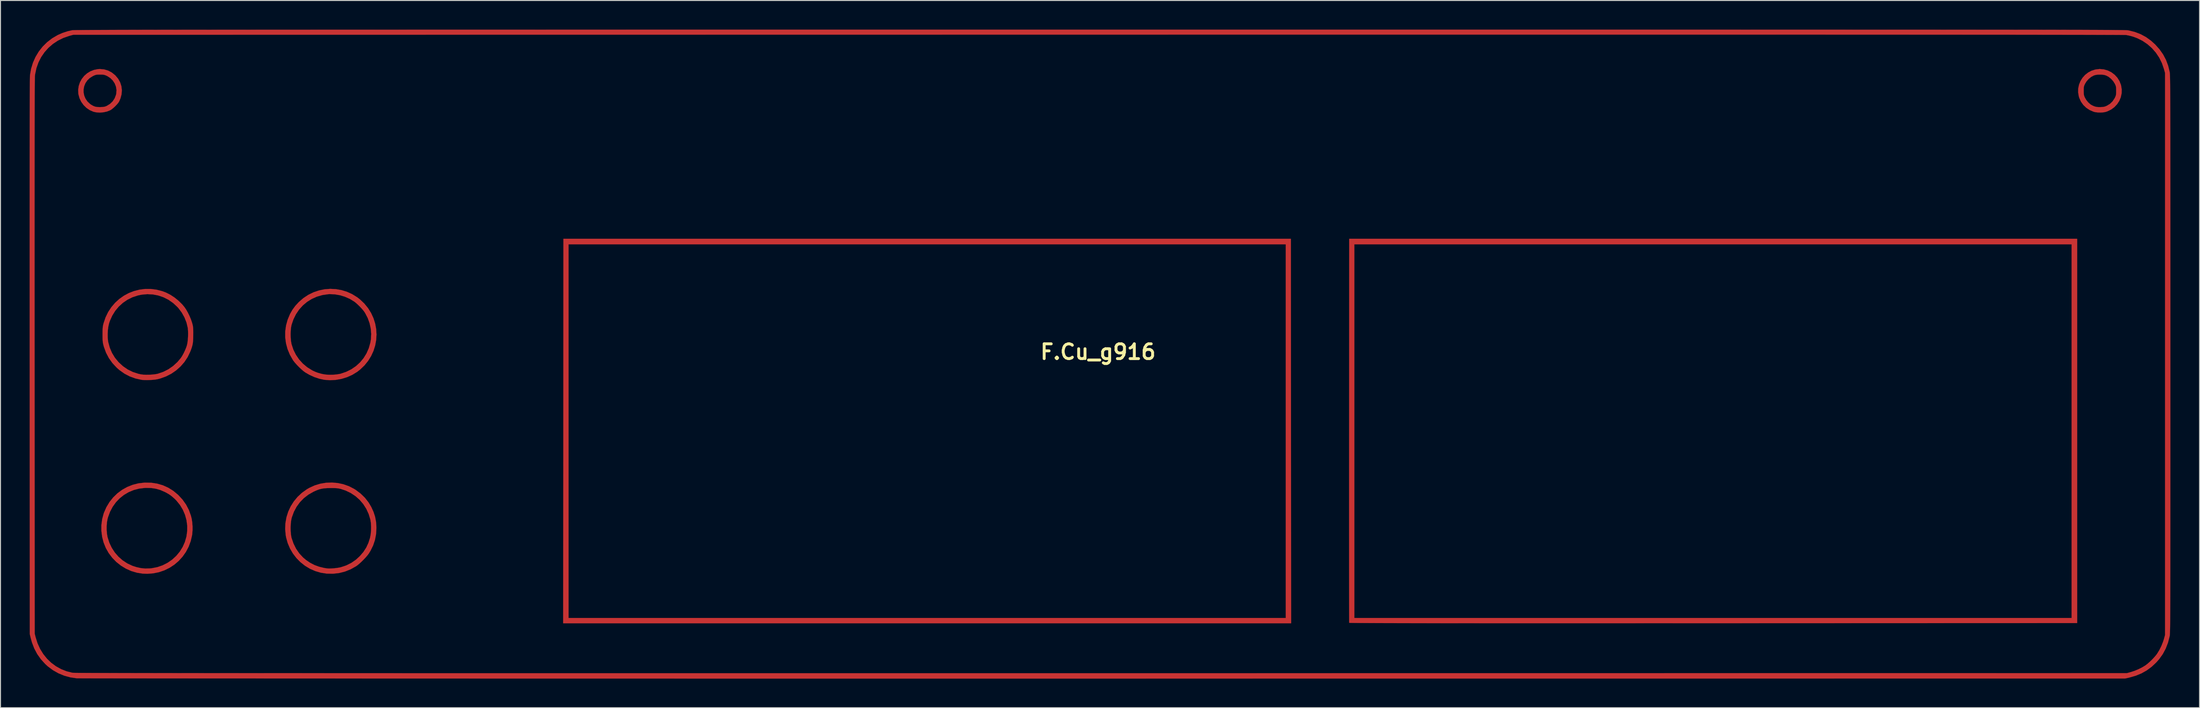
<source format=kicad_pcb>
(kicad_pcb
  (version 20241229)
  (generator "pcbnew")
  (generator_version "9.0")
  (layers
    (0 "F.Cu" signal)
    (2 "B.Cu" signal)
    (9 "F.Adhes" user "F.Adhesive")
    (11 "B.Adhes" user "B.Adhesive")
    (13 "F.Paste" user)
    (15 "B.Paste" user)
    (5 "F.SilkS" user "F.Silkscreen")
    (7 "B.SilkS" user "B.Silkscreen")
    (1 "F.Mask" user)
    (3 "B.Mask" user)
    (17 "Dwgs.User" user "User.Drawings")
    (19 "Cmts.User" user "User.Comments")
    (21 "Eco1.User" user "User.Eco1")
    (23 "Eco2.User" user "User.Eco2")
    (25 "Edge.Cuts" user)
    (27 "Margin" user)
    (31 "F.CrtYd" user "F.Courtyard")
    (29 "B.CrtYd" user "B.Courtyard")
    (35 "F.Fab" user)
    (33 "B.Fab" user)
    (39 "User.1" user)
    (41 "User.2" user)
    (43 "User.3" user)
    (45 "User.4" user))
  (footprint "F.Cu_g916"
    (layer "F.Cu")
    (at 110.108 33.237)
    (property "Reference" "F.Cu_g916" (at 0 0 0) (layer "F.SilkS") (effects (font (size 1.524 1.524) (thickness 0.3))))
    (attr through_hole)
    (fp_poly (pts (xy 19.886 8.16) (xy 19.897 27.982) (xy -55.118 27.982) (xy -55.107 8.16) (xy -55.097 -11.091) (xy -54.568 -11.091) (xy -54.568 27.432) (xy 19.346 27.432) (xy 19.346 -11.091) (xy -54.568 -11.091) (xy -55.097 -11.091) (xy -55.097 -11.663) (xy 19.875 -11.663) (xy 19.886 8.16)) (stroke (width 0.01) (type solid)) (fill yes) (layer "F.Cu"))
    (fp_poly (pts (xy 100.901 27.961) (xy 63.403 27.972) (xy 61.191 27.972) (xy 59.062 27.973) (xy 57.014 27.973) (xy 55.047 27.974) (xy 53.159 27.974) (xy 51.349 27.974) (xy 49.615 27.975) (xy 47.956 27.975) (xy 46.37 27.975) (xy 44.855 27.975) (xy 43.412 27.975) (xy 42.038 27.974) (xy 40.731 27.974) (xy 39.491 27.974) (xy 38.315 27.973) (xy 37.203 27.973) (xy 36.153 27.972) (xy 35.164 27.971) (xy 34.234 27.971) (xy 33.362 27.97) (xy 32.546 27.969) (xy 31.785 27.967) (xy 31.078 27.966) (xy 30.423 27.965) (xy 29.818 27.964) (xy 29.263 27.962) (xy 28.756 27.96) (xy 28.296 27.959) (xy 27.881 27.957) (xy 27.509 27.955) (xy 27.18 27.953) (xy 26.891 27.951) (xy 26.642 27.948) (xy 26.431 27.946) (xy 26.257 27.944) (xy 26.118 27.941) (xy 26.012 27.938) (xy 25.94 27.935) (xy 25.898 27.932) (xy 25.885 27.929) (xy 25.884 27.884) (xy 25.883 27.757) (xy 25.882 27.55) (xy 25.881 27.266) (xy 25.88 26.909) (xy 25.879 26.479) (xy 25.878 25.981) (xy 25.877 25.417) (xy 25.876 24.789) (xy 25.876 24.1) (xy 25.875 23.353) (xy 25.874 22.55) (xy 25.874 21.694) (xy 25.874 20.787) (xy 25.874 19.833) (xy 25.873 18.833) (xy 25.873 17.791) (xy 25.873 16.709) (xy 25.873 15.59) (xy 25.874 14.436) (xy 25.874 13.25) (xy 25.874 12.035) (xy 25.875 10.792) (xy 25.875 9.526) (xy 25.876 8.238) (xy 25.876 8.107) (xy 25.887 -11.091) (xy 26.416 -11.091) (xy 26.416 27.432) (xy 100.33 27.432) (xy 100.33 -11.091) (xy 26.416 -11.091) (xy 25.887 -11.091) (xy 25.887 -11.663) (xy 100.901 -11.663) (xy 100.901 27.961)) (stroke (width 0.01) (type solid)) (fill yes) (layer "F.Cu"))
    (fp_poly (pts (xy -102.418 -29.127) (xy -102.013 -29.006) (xy -101.637 -28.807) (xy -101.293 -28.53) (xy -101.258 -28.495) (xy -100.978 -28.158) (xy -100.774 -27.789) (xy -100.648 -27.396) (xy -100.6 -26.985) (xy -100.631 -26.564) (xy -100.744 -26.139) (xy -100.881 -25.821) (xy -100.978 -25.673) (xy -101.126 -25.497) (xy -101.305 -25.313) (xy -101.494 -25.14) (xy -101.675 -24.999) (xy -101.794 -24.924) (xy -102.119 -24.792) (xy -102.487 -24.709) (xy -102.872 -24.678) (xy -103.246 -24.703) (xy -103.529 -24.766) (xy -103.904 -24.929) (xy -104.245 -25.16) (xy -104.541 -25.451) (xy -104.785 -25.788) (xy -104.965 -26.162) (xy -105.074 -26.562) (xy -105.079 -26.596) (xy -105.102 -27.012) (xy -105.093 -27.075) (xy -104.544 -27.075) (xy -104.542 -26.744) (xy -104.475 -26.417) (xy -104.343 -26.106) (xy -104.146 -25.82) (xy -103.881 -25.57) (xy -103.757 -25.483) (xy -103.552 -25.366) (xy -103.358 -25.291) (xy -103.148 -25.252) (xy -102.893 -25.242) (xy -102.785 -25.244) (xy -102.573 -25.255) (xy -102.415 -25.276) (xy -102.282 -25.313) (xy -102.145 -25.371) (xy -102.142 -25.373) (xy -101.815 -25.575) (xy -101.546 -25.836) (xy -101.341 -26.149) (xy -101.205 -26.505) (xy -101.172 -26.659) (xy -101.151 -27.014) (xy -101.208 -27.361) (xy -101.338 -27.689) (xy -101.533 -27.985) (xy -101.788 -28.24) (xy -102.097 -28.44) (xy -102.14 -28.461) (xy -102.281 -28.524) (xy -102.398 -28.564) (xy -102.519 -28.586) (xy -102.672 -28.595) (xy -102.851 -28.596) (xy -103.051 -28.594) (xy -103.194 -28.585) (xy -103.31 -28.562) (xy -103.427 -28.518) (xy -103.574 -28.449) (xy -103.6 -28.436) (xy -103.914 -28.239) (xy -104.166 -27.993) (xy -104.355 -27.71) (xy -104.481 -27.401) (xy -104.544 -27.075) (xy -105.093 -27.075) (xy -105.047 -27.413) (xy -104.921 -27.793) (xy -104.732 -28.142) (xy -104.486 -28.453) (xy -104.19 -28.718) (xy -103.85 -28.929) (xy -103.474 -29.078) (xy -103.069 -29.157) (xy -102.849 -29.168) (xy -102.418 -29.127)) (stroke (width 0.01) (type solid)) (fill yes) (layer "F.Cu"))
    (fp_poly (pts (xy 103.671 -29.127) (xy 104.07 -29.011) (xy 104.438 -28.825) (xy 104.765 -28.577) (xy 105.044 -28.275) (xy 105.263 -27.925) (xy 105.415 -27.535) (xy 105.428 -27.489) (xy 105.496 -27.066) (xy 105.484 -26.651) (xy 105.397 -26.252) (xy 105.241 -25.878) (xy 105.019 -25.538) (xy 104.738 -25.24) (xy 104.402 -24.993) (xy 104.016 -24.806) (xy 103.847 -24.749) (xy 103.617 -24.703) (xy 103.342 -24.684) (xy 103.055 -24.689) (xy 102.789 -24.719) (xy 102.616 -24.76) (xy 102.204 -24.935) (xy 101.842 -25.172) (xy 101.537 -25.466) (xy 101.293 -25.81) (xy 101.119 -26.199) (xy 101.072 -26.354) (xy 101.005 -26.77) (xy 101.009 -26.925) (xy 101.579 -26.925) (xy 101.581 -26.717) (xy 101.59 -26.567) (xy 101.612 -26.449) (xy 101.65 -26.337) (xy 101.709 -26.204) (xy 101.857 -25.955) (xy 102.05 -25.723) (xy 102.265 -25.531) (xy 102.42 -25.434) (xy 102.641 -25.332) (xy 102.842 -25.272) (xy 103.059 -25.244) (xy 103.314 -25.243) (xy 103.523 -25.254) (xy 103.681 -25.277) (xy 103.822 -25.32) (xy 103.971 -25.384) (xy 104.286 -25.577) (xy 104.553 -25.837) (xy 104.764 -26.155) (xy 104.784 -26.194) (xy 104.847 -26.329) (xy 104.888 -26.439) (xy 104.91 -26.552) (xy 104.921 -26.693) (xy 104.923 -26.888) (xy 104.923 -26.923) (xy 104.921 -27.129) (xy 104.912 -27.277) (xy 104.892 -27.393) (xy 104.854 -27.502) (xy 104.794 -27.632) (xy 104.786 -27.65) (xy 104.617 -27.919) (xy 104.395 -28.165) (xy 104.141 -28.367) (xy 103.898 -28.496) (xy 103.747 -28.547) (xy 103.594 -28.577) (xy 103.407 -28.591) (xy 103.251 -28.593) (xy 103.026 -28.588) (xy 102.854 -28.569) (xy 102.705 -28.532) (xy 102.604 -28.496) (xy 102.34 -28.353) (xy 102.088 -28.147) (xy 101.87 -27.899) (xy 101.717 -27.651) (xy 101.654 -27.518) (xy 101.614 -27.408) (xy 101.591 -27.295) (xy 101.581 -27.153) (xy 101.579 -26.957) (xy 101.579 -26.925) (xy 101.009 -26.925) (xy 101.016 -27.177) (xy 101.099 -27.568) (xy 101.249 -27.934) (xy 101.458 -28.267) (xy 101.721 -28.56) (xy 102.032 -28.805) (xy 102.384 -28.993) (xy 102.771 -29.116) (xy 103.187 -29.167) (xy 103.251 -29.168) (xy 103.671 -29.127)) (stroke (width 0.01) (type solid)) (fill yes) (layer "F.Cu"))
    (fp_poly (pts (xy -97.573 13.489) (xy -96.958 13.583) (xy -96.371 13.756) (xy -95.814 14.007) (xy -95.291 14.335) (xy -94.804 14.739) (xy -94.785 14.758) (xy -94.348 15.231) (xy -93.984 15.745) (xy -93.695 16.298) (xy -93.483 16.888) (xy -93.403 17.205) (xy -93.346 17.571) (xy -93.317 17.98) (xy -93.317 18.397) (xy -93.347 18.784) (xy -93.363 18.898) (xy -93.505 19.511) (xy -93.718 20.087) (xy -93.999 20.621) (xy -94.341 21.109) (xy -94.738 21.547) (xy -95.186 21.931) (xy -95.678 22.255) (xy -96.209 22.517) (xy -96.773 22.71) (xy -97.366 22.832) (xy -97.981 22.878) (xy -98.45 22.86) (xy -99.047 22.767) (xy -99.624 22.595) (xy -100.175 22.35) (xy -100.691 22.036) (xy -101.165 21.661) (xy -101.589 21.227) (xy -101.956 20.742) (xy -102.255 20.214) (xy -102.482 19.649) (xy -102.634 19.059) (xy -102.709 18.454) (xy -102.709 18.357) (xy -102.166 18.357) (xy -102.136 18.747) (xy -102.076 19.092) (xy -102.073 19.105) (xy -101.892 19.674) (xy -101.641 20.202) (xy -101.325 20.686) (xy -100.95 21.118) (xy -100.521 21.494) (xy -100.044 21.808) (xy -99.523 22.053) (xy -99.124 22.185) (xy -98.643 22.292) (xy -98.183 22.338) (xy -97.71 22.325) (xy -97.515 22.305) (xy -96.942 22.194) (xy -96.398 22.006) (xy -95.888 21.747) (xy -95.419 21.423) (xy -94.999 21.038) (xy -94.634 20.599) (xy -94.331 20.11) (xy -94.105 19.602) (xy -93.944 19.042) (xy -93.865 18.473) (xy -93.864 17.903) (xy -93.94 17.341) (xy -94.091 16.794) (xy -94.316 16.271) (xy -94.611 15.781) (xy -94.975 15.331) (xy -95.161 15.144) (xy -95.4 14.929) (xy -95.619 14.759) (xy -95.852 14.61) (xy -96.129 14.46) (xy -96.163 14.443) (xy -96.631 14.24) (xy -97.098 14.105) (xy -97.585 14.033) (xy -98.113 14.02) (xy -98.226 14.025) (xy -98.814 14.093) (xy -99.373 14.239) (xy -99.897 14.456) (xy -100.382 14.742) (xy -100.822 15.092) (xy -101.211 15.5) (xy -101.544 15.963) (xy -101.817 16.477) (xy -102.023 17.036) (xy -102.076 17.23) (xy -102.136 17.568) (xy -102.166 17.954) (xy -102.166 18.357) (xy -102.709 18.357) (xy -102.708 17.845) (xy -102.629 17.244) (xy -102.473 16.662) (xy -102.446 16.585) (xy -102.192 16.007) (xy -101.872 15.478) (xy -101.491 15.001) (xy -101.056 14.58) (xy -100.573 14.221) (xy -100.046 13.927) (xy -99.482 13.702) (xy -98.886 13.551) (xy -98.264 13.478) (xy -98.213 13.476) (xy -97.573 13.489)) (stroke (width 0.01) (type solid)) (fill yes) (layer "F.Cu"))
    (fp_poly (pts (xy -78.546 -6.473) (xy -77.966 -6.372) (xy -77.4 -6.198) (xy -76.855 -5.949) (xy -76.338 -5.627) (xy -76.065 -5.415) (xy -75.61 -4.982) (xy -75.226 -4.51) (xy -74.913 -4.005) (xy -74.67 -3.474) (xy -74.496 -2.924) (xy -74.392 -2.36) (xy -74.358 -1.79) (xy -74.393 -1.221) (xy -74.496 -0.659) (xy -74.668 -0.11) (xy -74.909 0.417) (xy -75.217 0.918) (xy -75.594 1.385) (xy -76.038 1.811) (xy -76.348 2.053) (xy -76.846 2.359) (xy -77.389 2.603) (xy -77.964 2.779) (xy -78.557 2.885) (xy -79.154 2.918) (xy -79.735 2.874) (xy -80.236 2.768) (xy -80.752 2.597) (xy -81.256 2.369) (xy -81.703 2.11) (xy -81.895 1.968) (xy -82.117 1.776) (xy -82.351 1.554) (xy -82.579 1.319) (xy -82.78 1.092) (xy -82.937 0.891) (xy -82.967 0.847) (xy -83.286 0.286) (xy -83.526 -0.296) (xy -83.685 -0.894) (xy -83.765 -1.501) (xy -83.764 -1.838) (xy -83.209 -1.838) (xy -83.2 -1.473) (xy -83.171 -1.129) (xy -83.12 -0.831) (xy -83.11 -0.788) (xy -82.926 -0.231) (xy -82.667 0.292) (xy -82.34 0.773) (xy -81.95 1.205) (xy -81.504 1.58) (xy -81.006 1.892) (xy -80.92 1.937) (xy -80.657 2.058) (xy -80.391 2.156) (xy -80.091 2.241) (xy -79.883 2.29) (xy -79.586 2.336) (xy -79.237 2.357) (xy -78.866 2.354) (xy -78.504 2.328) (xy -78.178 2.278) (xy -78.055 2.25) (xy -77.482 2.057) (xy -76.955 1.795) (xy -76.477 1.469) (xy -76.054 1.084) (xy -75.689 0.644) (xy -75.388 0.156) (xy -75.154 -0.377) (xy -74.991 -0.949) (xy -74.93 -1.31) (xy -74.901 -1.855) (xy -74.949 -2.41) (xy -75.07 -2.96) (xy -75.261 -3.492) (xy -75.518 -3.989) (xy -75.621 -4.149) (xy -75.752 -4.32) (xy -75.93 -4.522) (xy -76.134 -4.734) (xy -76.345 -4.936) (xy -76.54 -5.105) (xy -76.644 -5.185) (xy -77.103 -5.466) (xy -77.605 -5.688) (xy -78.132 -5.848) (xy -78.668 -5.939) (xy -79.194 -5.959) (xy -79.333 -5.951) (xy -79.932 -5.864) (xy -80.498 -5.701) (xy -81.025 -5.466) (xy -81.51 -5.164) (xy -81.946 -4.798) (xy -82.329 -4.373) (xy -82.655 -3.892) (xy -82.919 -3.359) (xy -83.109 -2.801) (xy -83.163 -2.528) (xy -83.197 -2.198) (xy -83.209 -1.838) (xy -83.764 -1.838) (xy -83.763 -2.111) (xy -83.68 -2.719) (xy -83.515 -3.32) (xy -83.269 -3.906) (xy -83.266 -3.911) (xy -83.021 -4.344) (xy -82.729 -4.742) (xy -82.374 -5.13) (xy -82.36 -5.144) (xy -81.893 -5.549) (xy -81.387 -5.884) (xy -80.851 -6.146) (xy -80.291 -6.337) (xy -79.716 -6.455) (xy -79.131 -6.501) (xy -78.546 -6.473)) (stroke (width 0.01) (type solid)) (fill yes) (layer "F.Cu"))
    (fp_poly (pts (xy -78.347 13.522) (xy -77.759 13.65) (xy -77.193 13.853) (xy -76.656 14.13) (xy -76.511 14.222) (xy -75.994 14.61) (xy -75.547 15.046) (xy -75.169 15.531) (xy -74.902 15.981) (xy -74.668 16.493) (xy -74.505 16.993) (xy -74.407 17.505) (xy -74.368 18.052) (xy -74.367 18.182) (xy -74.405 18.804) (xy -74.517 19.392) (xy -74.706 19.956) (xy -74.976 20.505) (xy -75.147 20.786) (xy -75.283 20.969) (xy -75.468 21.185) (xy -75.686 21.416) (xy -75.917 21.644) (xy -76.144 21.851) (xy -76.349 22.018) (xy -76.454 22.092) (xy -77.016 22.409) (xy -77.601 22.645) (xy -78.208 22.799) (xy -78.833 22.871) (xy -79.475 22.86) (xy -79.506 22.857) (xy -80.106 22.764) (xy -80.681 22.593) (xy -81.225 22.352) (xy -81.732 22.044) (xy -82.196 21.676) (xy -82.612 21.254) (xy -82.973 20.782) (xy -83.274 20.266) (xy -83.509 19.712) (xy -83.672 19.126) (xy -83.716 18.881) (xy -83.769 18.258) (xy -83.762 18.1) (xy -83.209 18.1) (xy -83.203 18.461) (xy -83.178 18.799) (xy -83.132 19.091) (xy -83.11 19.184) (xy -82.91 19.766) (xy -82.646 20.298) (xy -82.318 20.776) (xy -81.928 21.197) (xy -81.609 21.466) (xy -81.184 21.753) (xy -80.747 21.978) (xy -80.28 22.149) (xy -79.764 22.274) (xy -79.439 22.327) (xy -79.261 22.338) (xy -79.026 22.333) (xy -78.758 22.314) (xy -78.484 22.284) (xy -78.228 22.244) (xy -78.039 22.204) (xy -77.479 22.019) (xy -76.957 21.759) (xy -76.476 21.426) (xy -76.064 21.046) (xy -75.703 20.622) (xy -75.416 20.178) (xy -75.192 19.697) (xy -75.027 19.182) (xy -74.958 18.828) (xy -74.919 18.431) (xy -74.911 18.021) (xy -74.935 17.629) (xy -74.989 17.293) (xy -75.163 16.716) (xy -75.409 16.18) (xy -75.721 15.69) (xy -76.095 15.251) (xy -76.526 14.869) (xy -77.009 14.548) (xy -77.54 14.293) (xy -78.02 14.133) (xy -78.173 14.095) (xy -78.317 14.069) (xy -78.472 14.051) (xy -78.658 14.042) (xy -78.896 14.038) (xy -79.079 14.038) (xy -79.447 14.045) (xy -79.754 14.067) (xy -80.024 14.109) (xy -80.279 14.177) (xy -80.543 14.276) (xy -80.838 14.409) (xy -80.855 14.417) (xy -81.374 14.713) (xy -81.839 15.072) (xy -82.246 15.489) (xy -82.591 15.961) (xy -82.87 16.481) (xy -83.078 17.046) (xy -83.106 17.145) (xy -83.16 17.417) (xy -83.194 17.744) (xy -83.209 18.1) (xy -83.762 18.1) (xy -83.741 17.644) (xy -83.635 17.047) (xy -83.454 16.473) (xy -83.201 15.928) (xy -82.88 15.419) (xy -82.494 14.952) (xy -82.046 14.533) (xy -81.54 14.169) (xy -81.27 14.013) (xy -80.718 13.762) (xy -80.141 13.588) (xy -79.547 13.49) (xy -78.946 13.468) (xy -78.347 13.522)) (stroke (width 0.01) (type solid)) (fill yes) (layer "F.Cu"))
    (fp_poly (pts (xy -97.026 -6.416) (xy -96.433 -6.262) (xy -96.065 -6.124) (xy -95.621 -5.901) (xy -95.179 -5.612) (xy -94.759 -5.273) (xy -94.38 -4.899) (xy -94.145 -4.617) (xy -93.97 -4.358) (xy -93.792 -4.042) (xy -93.623 -3.696) (xy -93.477 -3.346) (xy -93.367 -3.02) (xy -93.357 -2.985) (xy -93.315 -2.827) (xy -93.284 -2.692) (xy -93.263 -2.562) (xy -93.251 -2.416) (xy -93.244 -2.237) (xy -93.242 -2.007) (xy -93.243 -1.778) (xy -93.247 -1.43) (xy -93.261 -1.146) (xy -93.287 -0.902) (xy -93.331 -0.678) (xy -93.395 -0.453) (xy -93.483 -0.203) (xy -93.557 -0.015) (xy -93.821 0.534) (xy -94.155 1.04) (xy -94.552 1.498) (xy -95.005 1.903) (xy -95.508 2.248) (xy -96.055 2.528) (xy -96.638 2.739) (xy -96.959 2.82) (xy -97.168 2.854) (xy -97.433 2.88) (xy -97.725 2.897) (xy -98.021 2.904) (xy -98.292 2.9) (xy -98.514 2.884) (xy -98.57 2.877) (xy -99.199 2.738) (xy -99.79 2.523) (xy -100.34 2.234) (xy -100.852 1.87) (xy -101.134 1.621) (xy -101.573 1.149) (xy -101.938 0.636) (xy -102.229 0.082) (xy -102.447 -0.514) (xy -102.478 -0.623) (xy -102.519 -0.783) (xy -102.548 -0.923) (xy -102.568 -1.063) (xy -102.58 -1.222) (xy -102.587 -1.42) (xy -102.589 -1.675) (xy -102.589 -1.799) (xy -102.589 -1.841) (xy -102.064 -1.841) (xy -102.057 -1.455) (xy -102.022 -1.109) (xy -102.006 -1.021) (xy -101.847 -0.436) (xy -101.617 0.104) (xy -101.316 0.601) (xy -100.94 1.057) (xy -100.926 1.071) (xy -100.482 1.479) (xy -99.998 1.812) (xy -99.474 2.071) (xy -98.908 2.255) (xy -98.658 2.311) (xy -98.411 2.343) (xy -98.109 2.356) (xy -97.78 2.353) (xy -97.45 2.334) (xy -97.148 2.3) (xy -96.9 2.251) (xy -96.895 2.25) (xy -96.331 2.058) (xy -95.803 1.791) (xy -95.314 1.451) (xy -94.873 1.045) (xy -94.528 0.635) (xy -94.38 0.41) (xy -94.228 0.131) (xy -94.084 -0.173) (xy -93.962 -0.473) (xy -93.895 -0.677) (xy -93.843 -0.914) (xy -93.805 -1.209) (xy -93.78 -1.536) (xy -93.772 -1.871) (xy -93.78 -2.187) (xy -93.805 -2.46) (xy -93.81 -2.489) (xy -93.938 -3.027) (xy -94.144 -3.551) (xy -94.421 -4.049) (xy -94.764 -4.507) (xy -94.876 -4.633) (xy -95.311 -5.038) (xy -95.787 -5.372) (xy -96.299 -5.632) (xy -96.838 -5.818) (xy -97.4 -5.926) (xy -97.976 -5.956) (xy -98.56 -5.904) (xy -98.945 -5.824) (xy -99.502 -5.64) (xy -100.021 -5.384) (xy -100.494 -5.061) (xy -100.918 -4.676) (xy -101.286 -4.234) (xy -101.592 -3.741) (xy -101.833 -3.203) (xy -101.92 -2.94) (xy -101.993 -2.614) (xy -102.042 -2.238) (xy -102.064 -1.841) (xy -102.589 -1.841) (xy -102.588 -2.083) (xy -102.584 -2.302) (xy -102.574 -2.475) (xy -102.557 -2.62) (xy -102.532 -2.758) (xy -102.496 -2.907) (xy -102.478 -2.972) (xy -102.277 -3.566) (xy -102.01 -4.114) (xy -101.681 -4.613) (xy -101.299 -5.061) (xy -100.869 -5.454) (xy -100.396 -5.789) (xy -99.888 -6.064) (xy -99.35 -6.274) (xy -98.789 -6.417) (xy -98.211 -6.491) (xy -97.621 -6.492) (xy -97.026 -6.416)) (stroke (width 0.01) (type solid)) (fill yes) (layer "F.Cu"))
    (fp_poly (pts (xy 7.372 -33.232) (xy 10.826 -33.232) (xy 14.198 -33.232) (xy 17.489 -33.232) (xy 20.701 -33.232) (xy 23.834 -33.232) (xy 26.889 -33.232) (xy 29.867 -33.232) (xy 32.769 -33.231) (xy 35.597 -33.231) (xy 38.351 -33.231) (xy 41.031 -33.231) (xy 43.64 -33.231) (xy 46.178 -33.231) (xy 48.646 -33.231) (xy 51.045 -33.231) (xy 53.376 -33.231) (xy 55.641 -33.231) (xy 57.839 -33.23) (xy 59.972 -33.23) (xy 62.041 -33.23) (xy 64.047 -33.23) (xy 65.991 -33.23) (xy 67.874 -33.229) (xy 69.697 -33.229) (xy 71.46 -33.229) (xy 73.166 -33.228) (xy 74.814 -33.228) (xy 76.406 -33.228) (xy 77.943 -33.227) (xy 79.426 -33.227) (xy 80.855 -33.227) (xy 82.233 -33.226) (xy 83.559 -33.226) (xy 84.834 -33.225) (xy 86.061 -33.225) (xy 87.239 -33.224) (xy 88.37 -33.223) (xy 89.454 -33.223) (xy 90.493 -33.222) (xy 91.488 -33.221) (xy 92.439 -33.221) (xy 93.348 -33.22) (xy 94.215 -33.219) (xy 95.042 -33.218) (xy 95.83 -33.217) (xy 96.579 -33.217) (xy 97.29 -33.216) (xy 97.965 -33.215) (xy 98.604 -33.214) (xy 99.209 -33.213) (xy 99.78 -33.211) (xy 100.319 -33.21) (xy 100.826 -33.209) (xy 101.302 -33.208) (xy 101.749 -33.207) (xy 102.167 -33.205) (xy 102.557 -33.204) (xy 102.921 -33.203) (xy 103.259 -33.201) (xy 103.572 -33.2) (xy 103.861 -33.198) (xy 104.128 -33.197) (xy 104.373 -33.195) (xy 104.597 -33.193) (xy 104.801 -33.191) (xy 104.986 -33.19) (xy 105.154 -33.188) (xy 105.304 -33.186) (xy 105.439 -33.184) (xy 105.559 -33.182) (xy 105.665 -33.18) (xy 105.758 -33.178) (xy 105.839 -33.176) (xy 105.908 -33.173) (xy 105.968 -33.171) (xy 106.019 -33.169) (xy 106.062 -33.166) (xy 106.098 -33.164) (xy 106.128 -33.161) (xy 106.152 -33.159) (xy 106.173 -33.156) (xy 106.19 -33.154) (xy 106.205 -33.151) (xy 106.205 -33.151) (xy 106.851 -32.988) (xy 107.446 -32.759) (xy 108 -32.458) (xy 108.519 -32.083) (xy 108.949 -31.692) (xy 109.395 -31.192) (xy 109.763 -30.666) (xy 110.058 -30.105) (xy 110.282 -29.502) (xy 110.436 -28.87) (xy 110.44 -28.841) (xy 110.445 -28.808) (xy 110.45 -28.767) (xy 110.454 -28.718) (xy 110.458 -28.658) (xy 110.462 -28.585) (xy 110.466 -28.498) (xy 110.469 -28.394) (xy 110.472 -28.273) (xy 110.476 -28.131) (xy 110.479 -27.966) (xy 110.481 -27.778) (xy 110.484 -27.564) (xy 110.486 -27.322) (xy 110.489 -27.051) (xy 110.491 -26.748) (xy 110.493 -26.411) (xy 110.495 -26.039) (xy 110.497 -25.63) (xy 110.498 -25.181) (xy 110.5 -24.692) (xy 110.501 -24.159) (xy 110.502 -23.582) (xy 110.504 -22.958) (xy 110.505 -22.285) (xy 110.506 -21.561) (xy 110.506 -20.785) (xy 110.507 -19.955) (xy 110.508 -19.069) (xy 110.508 -18.124) (xy 110.509 -17.119) (xy 110.509 -16.052) (xy 110.51 -14.922) (xy 110.51 -13.725) (xy 110.51 -12.461) (xy 110.511 -11.127) (xy 110.511 -9.722) (xy 110.511 -8.244) (xy 110.511 -6.69) (xy 110.511 -5.059) (xy 110.511 -3.349) (xy 110.511 -1.559) (xy 110.511 0.233) (xy 110.511 2.102) (xy 110.511 3.889) (xy 110.511 5.595) (xy 110.511 7.221) (xy 110.511 8.771) (xy 110.511 10.246) (xy 110.511 11.647) (xy 110.51 12.977) (xy 110.51 14.237) (xy 110.51 15.43) (xy 110.509 16.557) (xy 110.509 17.621) (xy 110.508 18.622) (xy 110.508 19.564) (xy 110.507 20.447) (xy 110.506 21.274) (xy 110.506 22.047) (xy 110.505 22.768) (xy 110.504 23.438) (xy 110.503 24.06) (xy 110.501 24.634) (xy 110.5 25.164) (xy 110.498 25.652) (xy 110.497 26.098) (xy 110.495 26.505) (xy 110.493 26.874) (xy 110.491 27.209) (xy 110.489 27.51) (xy 110.487 27.78) (xy 110.484 28.02) (xy 110.482 28.232) (xy 110.479 28.418) (xy 110.476 28.581) (xy 110.473 28.722) (xy 110.469 28.842) (xy 110.466 28.944) (xy 110.462 29.03) (xy 110.458 29.102) (xy 110.454 29.161) (xy 110.45 29.209) (xy 110.445 29.249) (xy 110.441 29.281) (xy 110.436 29.309) (xy 110.434 29.316) (xy 110.264 29.979) (xy 110.03 30.589) (xy 109.729 31.152) (xy 109.358 31.674) (xy 109.052 32.021) (xy 108.578 32.466) (xy 108.074 32.838) (xy 107.531 33.144) (xy 106.94 33.387) (xy 106.29 33.574) (xy 106.267 33.58) (xy 105.855 33.675) (xy 0.487 33.68) (xy -2.504 33.68) (xy -5.475 33.68) (xy -8.426 33.68) (xy -11.354 33.68) (xy -14.26 33.68) (xy -17.141 33.68) (xy -19.996 33.68) (xy -22.826 33.68) (xy -25.627 33.68) (xy -28.4 33.68) (xy -31.143 33.68) (xy -33.854 33.68) (xy -36.534 33.68) (xy -39.18 33.68) (xy -41.791 33.68) (xy -44.367 33.679) (xy -46.906 33.679) (xy -49.407 33.679) (xy -51.869 33.679) (xy -54.291 33.678) (xy -56.672 33.678) (xy -59.01 33.678) (xy -61.304 33.677) (xy -63.554 33.677) (xy -65.757 33.676) (xy -67.914 33.676) (xy -70.022 33.676) (xy -72.081 33.675) (xy -74.09 33.675) (xy -76.046 33.674) (xy -77.95 33.674) (xy -79.801 33.673) (xy -81.596 33.673) (xy -83.335 33.672) (xy -85.016 33.672) (xy -86.639 33.671) (xy -88.203 33.67) (xy -89.705 33.67) (xy -91.146 33.669) (xy -92.524 33.669) (xy -93.837 33.668) (xy -95.086 33.667) (xy -96.267 33.667) (xy -97.382 33.666) (xy -98.427 33.665) (xy -99.402 33.664) (xy -100.307 33.664) (xy -101.139 33.663) (xy -101.898 33.662) (xy -102.583 33.661) (xy -103.191 33.661) (xy -103.724 33.66) (xy -104.178 33.659) (xy -104.553 33.658) (xy -104.848 33.657) (xy -105.062 33.657) (xy -105.193 33.656) (xy -105.241 33.655) (xy -105.898 33.559) (xy -106.533 33.385) (xy -107.137 33.136) (xy -107.704 32.815) (xy -108.227 32.426) (xy -108.495 32.181) (xy -108.944 31.687) (xy -109.32 31.155) (xy -109.626 30.579) (xy -109.866 29.954) (xy -109.996 29.485) (xy -110.087 29.104) (xy -110.1 0.487) (xy -110.1 -1.545) (xy -110.101 -3.493) (xy -110.102 -5.359) (xy -110.102 -7.143) (xy -110.103 -8.847) (xy -110.103 -10.471) (xy -110.103 -10.981) (xy -109.594 -10.981) (xy -109.594 -9.221) (xy -109.594 -7.377) (xy -109.593 -5.449) (xy -109.593 -3.436) (xy -109.592 -1.338) (xy -109.591 0.508) (xy -109.578 29.062) (xy -109.487 29.424) (xy -109.291 30.046) (xy -109.028 30.624) (xy -108.701 31.155) (xy -108.317 31.633) (xy -107.879 32.055) (xy -107.391 32.416) (xy -106.86 32.711) (xy -106.288 32.936) (xy -105.692 33.084) (xy -105.669 33.086) (xy -105.622 33.088) (xy -105.549 33.09) (xy -105.45 33.092) (xy -105.323 33.094) (xy -105.169 33.095) (xy -104.985 33.097) (xy -104.771 33.099) (xy -104.527 33.1) (xy -104.251 33.102) (xy -103.942 33.103) (xy -103.6 33.105) (xy -103.224 33.106) (xy -102.813 33.107) (xy -102.365 33.109) (xy -101.88 33.11) (xy -101.358 33.111) (xy -100.797 33.113) (xy -100.196 33.114) (xy -99.555 33.115) (xy -98.873 33.116) (xy -98.148 33.117) (xy -97.38 33.118) (xy -96.568 33.119) (xy -95.712 33.12) (xy -94.809 33.121) (xy -93.86 33.122) (xy -92.863 33.123) (xy -91.818 33.124) (xy -90.724 33.124) (xy -89.579 33.125) (xy -88.384 33.126) (xy -87.136 33.126) (xy -85.836 33.127) (xy -84.482 33.128) (xy -83.073 33.128) (xy -81.609 33.129) (xy -80.089 33.129) (xy -78.511 33.13) (xy -76.875 33.13) (xy -75.18 33.131) (xy -73.426 33.131) (xy -71.611 33.132) (xy -69.734 33.132) (xy -67.794 33.132) (xy -65.791 33.133) (xy -63.724 33.133) (xy -61.592 33.133) (xy -59.393 33.133) (xy -57.128 33.133) (xy -54.795 33.134) (xy -52.393 33.134) (xy -49.922 33.134) (xy -47.38 33.134) (xy -44.767 33.134) (xy -42.082 33.134) (xy -39.324 33.134) (xy -36.491 33.134) (xy -33.584 33.134) (xy -30.601 33.134) (xy -27.542 33.134) (xy -24.405 33.134) (xy -21.189 33.134) (xy -17.895 33.134) (xy -14.52 33.133) (xy -11.064 33.133) (xy -7.526 33.133) (xy -3.906 33.133) (xy -0.202 33.133) (xy 0.318 33.133) (xy 106.024 33.126) (xy 106.438 33.012) (xy 106.82 32.886) (xy 107.219 32.72) (xy 107.6 32.529) (xy 107.913 32.341) (xy 108.141 32.169) (xy 108.393 31.948) (xy 108.649 31.7) (xy 108.885 31.445) (xy 109.081 31.207) (xy 109.138 31.128) (xy 109.371 30.748) (xy 109.584 30.319) (xy 109.76 29.877) (xy 109.847 29.603) (xy 109.961 29.189) (xy 109.961 -28.765) (xy 109.847 -29.176) (xy 109.639 -29.78) (xy 109.36 -30.342) (xy 109.016 -30.858) (xy 108.611 -31.322) (xy 108.152 -31.73) (xy 107.642 -32.076) (xy 107.087 -32.354) (xy 106.68 -32.504) (xy 106.457 -32.568) (xy 106.216 -32.627) (xy 105.998 -32.67) (xy 105.939 -32.679) (xy 105.904 -32.681) (xy 105.822 -32.683) (xy 105.694 -32.684) (xy 105.518 -32.686) (xy 105.293 -32.688) (xy 105.02 -32.689) (xy 104.698 -32.691) (xy 104.325 -32.692) (xy 103.902 -32.693) (xy 103.427 -32.695) (xy 102.901 -32.696) (xy 102.321 -32.697) (xy 101.688 -32.699) (xy 101.001 -32.7) (xy 100.259 -32.701) (xy 99.462 -32.702) (xy 98.609 -32.703) (xy 97.7 -32.704) (xy 96.733 -32.705) (xy 95.708 -32.706) (xy 94.624 -32.707) (xy 93.482 -32.708) (xy 92.279 -32.709) (xy 91.016 -32.71) (xy 89.691 -32.71) (xy 88.305 -32.711) (xy 86.856 -32.712) (xy 85.344 -32.713) (xy 83.768 -32.713) (xy 82.128 -32.714) (xy 80.422 -32.714) (xy 78.651 -32.715) (xy 76.813 -32.715) (xy 74.909 -32.716) (xy 72.936 -32.716) (xy 70.895 -32.716) (xy 68.785 -32.717) (xy 66.606 -32.717) (xy 64.356 -32.717) (xy 62.035 -32.717) (xy 59.642 -32.718) (xy 57.177 -32.718) (xy 54.639 -32.718) (xy 52.027 -32.718) (xy 49.341 -32.718) (xy 46.581 -32.718) (xy 43.744 -32.718) (xy 40.832 -32.718) (xy 37.842 -32.718) (xy 34.775 -32.718) (xy 31.63 -32.718) (xy 28.406 -32.717) (xy 25.102 -32.717) (xy 21.719 -32.717) (xy 18.254 -32.717) (xy 14.708 -32.716) (xy 11.08 -32.716) (xy 7.369 -32.716) (xy 3.575 -32.715) (xy 0 -32.715) (xy -105.6 -32.703) (xy -106.024 -32.586) (xy -106.63 -32.377) (xy -107.193 -32.099) (xy -107.708 -31.757) (xy -108.17 -31.356) (xy -108.574 -30.902) (xy -108.918 -30.399) (xy -109.195 -29.853) (xy -109.403 -29.269) (xy -109.535 -28.651) (xy -109.561 -28.448) (xy -109.564 -28.375) (xy -109.568 -28.218) (xy -109.57 -27.976) (xy -109.573 -27.651) (xy -109.576 -27.241) (xy -109.578 -26.747) (xy -109.58 -26.169) (xy -109.582 -25.507) (xy -109.584 -24.76) (xy -109.586 -23.929) (xy -109.588 -23.014) (xy -109.589 -22.015) (xy -109.59 -20.931) (xy -109.591 -19.763) (xy -109.592 -18.51) (xy -109.593 -17.173) (xy -109.593 -15.752) (xy -109.594 -14.246) (xy -109.594 -12.656) (xy -109.594 -10.981) (xy -110.103 -10.981) (xy -110.103 -12.018) (xy -110.103 -13.488) (xy -110.103 -14.881) (xy -110.102 -16.2) (xy -110.102 -17.445) (xy -110.101 -18.618) (xy -110.101 -19.719) (xy -110.1 -20.749) (xy -110.099 -21.71) (xy -110.098 -22.603) (xy -110.096 -23.429) (xy -110.095 -24.189) (xy -110.093 -24.883) (xy -110.092 -25.514) (xy -110.09 -26.082) (xy -110.088 -26.588) (xy -110.085 -27.034) (xy -110.083 -27.42) (xy -110.08 -27.748) (xy -110.078 -28.018) (xy -110.075 -28.232) (xy -110.072 -28.391) (xy -110.069 -28.496) (xy -110.066 -28.545) (xy -109.951 -29.202) (xy -109.758 -29.829) (xy -109.493 -30.422) (xy -109.159 -30.975) (xy -108.759 -31.482) (xy -108.298 -31.938) (xy -107.781 -32.336) (xy -107.21 -32.671) (xy -107.197 -32.677) (xy -106.699 -32.895) (xy -106.176 -33.066) (xy -105.732 -33.166) (xy -105.714 -33.168) (xy -105.684 -33.171) (xy -105.643 -33.173) (xy -105.588 -33.175) (xy -105.52 -33.177) (xy -105.436 -33.179) (xy -105.336 -33.181) (xy -105.22 -33.183) (xy -105.085 -33.185) (xy -104.932 -33.186) (xy -104.759 -33.188) (xy -104.565 -33.19) (xy -104.35 -33.192) (xy -104.112 -33.193) (xy -103.85 -33.195) (xy -103.564 -33.196) (xy -103.252 -33.198) (xy -102.913 -33.199) (xy -102.547 -33.201) (xy -102.153 -33.202) (xy -101.729 -33.203) (xy -101.274 -33.205) (xy -100.789 -33.206) (xy -100.271 -33.207) (xy -99.72 -33.208) (xy -99.134 -33.21) (xy -98.514 -33.211) (xy -97.857 -33.212) (xy -97.163 -33.213) (xy -96.432 -33.214) (xy -95.661 -33.215) (xy -94.85 -33.216) (xy -93.998 -33.217) (xy -93.104 -33.217) (xy -92.167 -33.218) (xy -91.187 -33.219) (xy -90.161 -33.22) (xy -89.09 -33.221) (xy -87.972 -33.221) (xy -86.807 -33.222) (xy -85.593 -33.223) (xy -84.329 -33.223) (xy -83.014 -33.224) (xy -81.649 -33.224) (xy -80.23 -33.225) (xy -78.758 -33.225) (xy -77.232 -33.226) (xy -75.65 -33.226) (xy -74.012 -33.227) (xy -72.317 -33.227) (xy -70.563 -33.228) (xy -68.75 -33.228) (xy -66.877 -33.228) (xy -64.943 -33.229) (xy -62.946 -33.229) (xy -60.887 -33.229) (xy -58.763 -33.229) (xy -56.575 -33.23) (xy -54.32 -33.23) (xy -51.999 -33.23) (xy -49.609 -33.23) (xy -47.151 -33.231) (xy -44.623 -33.231) (xy -42.024 -33.231) (xy -39.354 -33.231) (xy -36.61 -33.231) (xy -33.793 -33.231) (xy -30.902 -33.231) (xy -27.935 -33.231) (xy -24.891 -33.231) (xy -21.77 -33.232) (xy -18.57 -33.232) (xy -15.291 -33.232) (xy -11.931 -33.232) (xy -8.49 -33.232) (xy -4.967 -33.232) (xy -1.36 -33.232) (xy 3.836 -33.232) (xy 7.372 -33.232)) (stroke (width 0.01) (type solid)) (fill yes) (layer "F.Cu")))
  (gr_rect
    (start -3 -3)
    (end 223.624 69.922)
    (stroke (width 0.1) (type default))
    (fill no)
    (layer "Edge.Cuts")))
</source>
